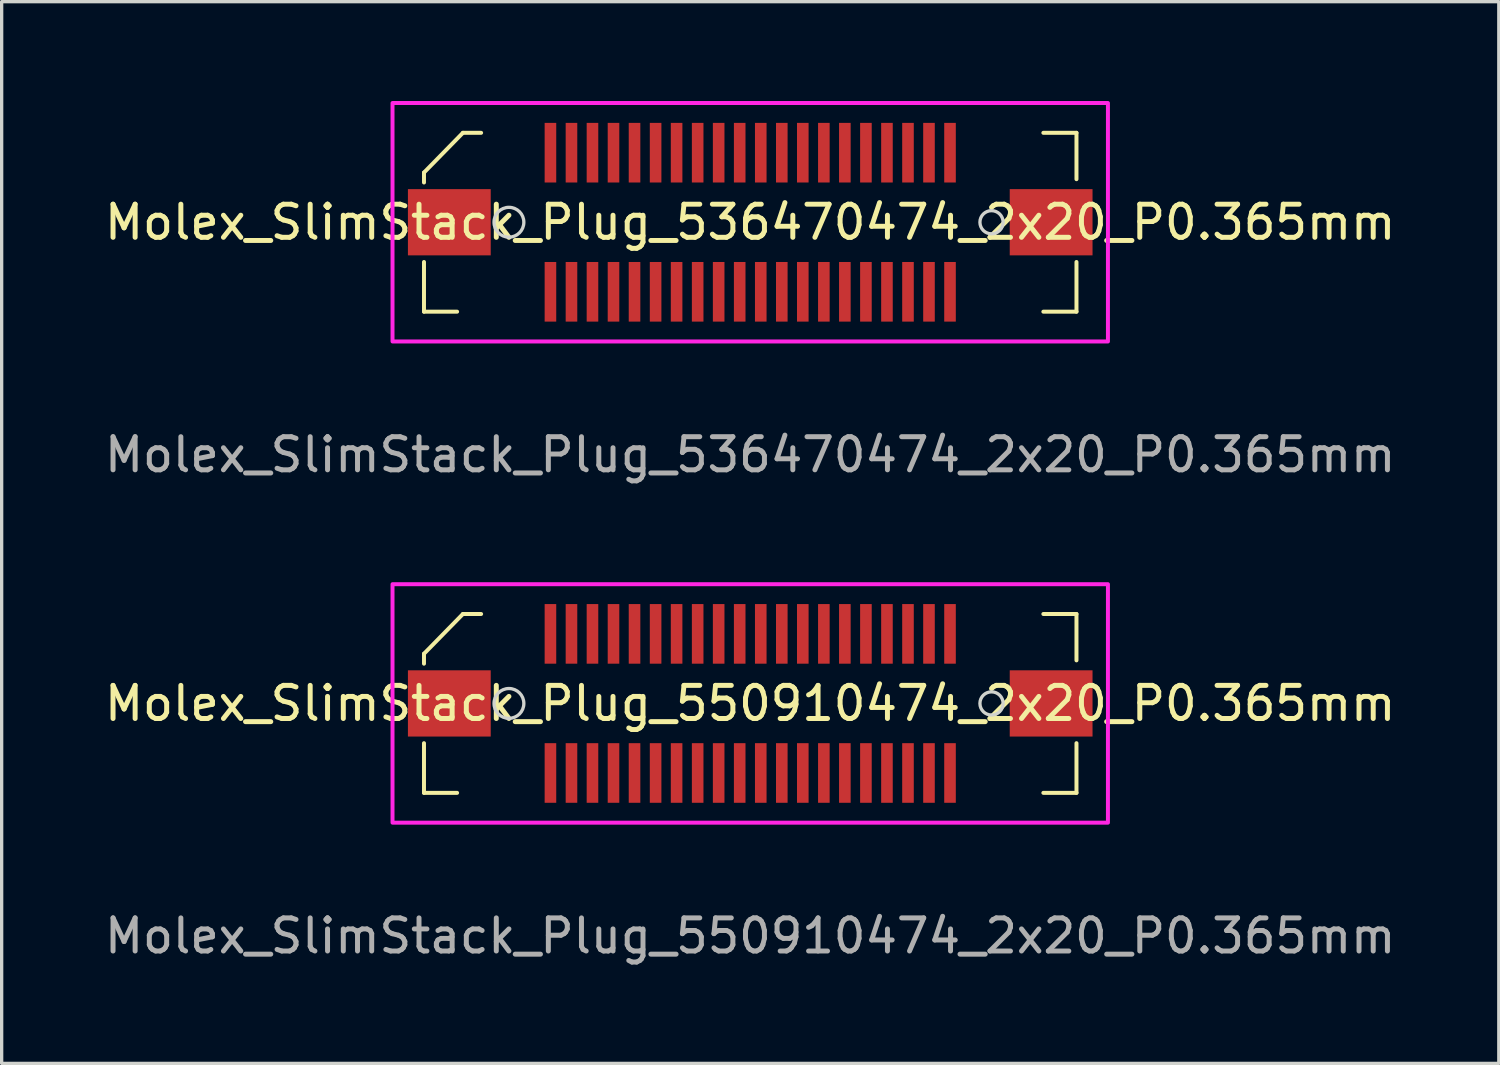
<source format=kicad_pcb>
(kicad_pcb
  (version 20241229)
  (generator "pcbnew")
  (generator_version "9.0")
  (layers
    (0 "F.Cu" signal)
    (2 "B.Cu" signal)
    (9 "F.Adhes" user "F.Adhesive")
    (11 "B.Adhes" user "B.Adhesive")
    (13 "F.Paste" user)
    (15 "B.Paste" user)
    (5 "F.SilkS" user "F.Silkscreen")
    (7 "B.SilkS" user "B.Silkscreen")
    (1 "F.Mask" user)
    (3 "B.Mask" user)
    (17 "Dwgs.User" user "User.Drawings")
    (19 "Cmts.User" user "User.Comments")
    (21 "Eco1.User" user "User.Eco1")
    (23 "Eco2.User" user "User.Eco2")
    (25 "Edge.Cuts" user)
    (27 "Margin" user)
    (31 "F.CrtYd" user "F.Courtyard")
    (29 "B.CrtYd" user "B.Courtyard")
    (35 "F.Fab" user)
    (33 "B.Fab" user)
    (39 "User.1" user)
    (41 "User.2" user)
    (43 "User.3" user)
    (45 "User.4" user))
  (footprint "Molex_SlimStack_Plug_550910474_2x20_P0.365mm"
    (layer "F.Cu")
    (at 19.601 18.188)
    (property "Reference" "Molex_SlimStack_Plug_550910474_2x20_P0.365mm" (at 0 0 0) (unlocked yes) (layer "F.SilkS") (effects (font (size 1 1) (thickness 0.15))))
    (attr smd)
    (fp_line (start -9.85 -1.5) (end -9.85 -1.2) (stroke (width 0.12) (type solid)) (layer "F.SilkS"))
    (fp_line (start -9.85 -1.5) (end -8.675 -2.7) (stroke (width 0.12) (type solid)) (layer "F.SilkS"))
    (fp_line (start -9.85 1.2) (end -9.85 2.7) (stroke (width 0.12) (type solid)) (layer "F.SilkS"))
    (fp_line (start -9.85 2.7) (end -8.85 2.7) (stroke (width 0.12) (type solid)) (layer "F.SilkS"))
    (fp_line (start -8.675 -2.7) (end -8.125 -2.7) (stroke (width 0.12) (type solid)) (layer "F.SilkS"))
    (fp_line (start 9.85 -2.7) (end 8.85 -2.7) (stroke (width 0.12) (type solid)) (layer "F.SilkS"))
    (fp_line (start 9.85 -2.7) (end 9.85 -1.3) (stroke (width 0.12) (type solid)) (layer "F.SilkS"))
    (fp_line (start 9.85 1.2) (end 9.85 2.7) (stroke (width 0.12) (type solid)) (layer "F.SilkS"))
    (fp_line (start 9.85 2.7) (end 8.85 2.7) (stroke (width 0.12) (type solid)) (layer "F.SilkS"))
    (fp_circle (center -7.285 0) (end -6.835 0) (stroke (width 0.1) (type solid)) (fill no) (layer "Edge.Cuts"))
    (fp_circle (center 7.285 0) (end 7.635 0) (stroke (width 0.1) (type solid)) (fill no) (layer "Edge.Cuts"))
    (fp_rect (start 10.8 -3.6) (end -10.8 3.6) (stroke (width 0.12) (type solid)) (fill no) (layer "F.CrtYd"))
    (fp_text user "${REFERENCE}" (at 0 7.02 0) (layer "F.Fab") (effects (font (size 1 1) (thickness 0.15))))
    (pad "1" smd rect (at -6.032 -2.1) (size 0.35 1.8) (layers "F.Cu" "F.Mask" "F.Paste"))
    (pad "2" smd rect (at -5.397 -2.1) (size 0.35 1.8) (layers "F.Cu" "F.Mask" "F.Paste"))
    (pad "3" smd rect (at -4.763 -2.1) (size 0.35 1.8) (layers "F.Cu" "F.Mask" "F.Paste"))
    (pad "4" smd rect (at -4.128 -2.1) (size 0.35 1.8) (layers "F.Cu" "F.Mask" "F.Paste"))
    (pad "5" smd rect (at -3.493 -2.1) (size 0.35 1.8) (layers "F.Cu" "F.Mask" "F.Paste"))
    (pad "6" smd rect (at -2.857 -2.1) (size 0.35 1.8) (layers "F.Cu" "F.Mask" "F.Paste"))
    (pad "7" smd rect (at -2.223 -2.1) (size 0.35 1.8) (layers "F.Cu" "F.Mask" "F.Paste"))
    (pad "8" smd rect (at -1.587 -2.1) (size 0.35 1.8) (layers "F.Cu" "F.Mask" "F.Paste"))
    (pad "9" smd rect (at -0.953 -2.1) (size 0.35 1.8) (layers "F.Cu" "F.Mask" "F.Paste"))
    (pad "10" smd rect (at -0.318 -2.1) (size 0.35 1.8) (layers "F.Cu" "F.Mask" "F.Paste"))
    (pad "11" smd rect (at 0.318 -2.1) (size 0.35 1.8) (layers "F.Cu" "F.Mask" "F.Paste"))
    (pad "12" smd rect (at 0.953 -2.1) (size 0.35 1.8) (layers "F.Cu" "F.Mask" "F.Paste"))
    (pad "13" smd rect (at 1.587 -2.1) (size 0.35 1.8) (layers "F.Cu" "F.Mask" "F.Paste"))
    (pad "14" smd rect (at 2.223 -2.1) (size 0.35 1.8) (layers "F.Cu" "F.Mask" "F.Paste"))
    (pad "15" smd rect (at 2.857 -2.1) (size 0.35 1.8) (layers "F.Cu" "F.Mask" "F.Paste"))
    (pad "16" smd rect (at 3.493 -2.1) (size 0.35 1.8) (layers "F.Cu" "F.Mask" "F.Paste"))
    (pad "17" smd rect (at 4.128 -2.1) (size 0.35 1.8) (layers "F.Cu" "F.Mask" "F.Paste"))
    (pad "18" smd rect (at 4.763 -2.1) (size 0.35 1.8) (layers "F.Cu" "F.Mask" "F.Paste"))
    (pad "19" smd rect (at 5.397 -2.1) (size 0.35 1.8) (layers "F.Cu" "F.Mask" "F.Paste"))
    (pad "20" smd rect (at 6.032 -2.1) (size 0.35 1.8) (layers "F.Cu" "F.Mask" "F.Paste"))
    (pad "21" smd rect (at 6.032 2.1) (size 0.35 1.8) (layers "F.Cu" "F.Mask" "F.Paste"))
    (pad "22" smd rect (at 5.397 2.1) (size 0.35 1.8) (layers "F.Cu" "F.Mask" "F.Paste"))
    (pad "23" smd rect (at 4.763 2.1) (size 0.35 1.8) (layers "F.Cu" "F.Mask" "F.Paste"))
    (pad "24" smd rect (at 4.128 2.1) (size 0.35 1.8) (layers "F.Cu" "F.Mask" "F.Paste"))
    (pad "25" smd rect (at 3.493 2.1) (size 0.35 1.8) (layers "F.Cu" "F.Mask" "F.Paste"))
    (pad "26" smd rect (at 2.857 2.1) (size 0.35 1.8) (layers "F.Cu" "F.Mask" "F.Paste"))
    (pad "27" smd rect (at 2.223 2.1) (size 0.35 1.8) (layers "F.Cu" "F.Mask" "F.Paste"))
    (pad "28" smd rect (at 1.587 2.1) (size 0.35 1.8) (layers "F.Cu" "F.Mask" "F.Paste"))
    (pad "29" smd rect (at 0.953 2.1) (size 0.35 1.8) (layers "F.Cu" "F.Mask" "F.Paste"))
    (pad "30" smd rect (at 0.318 2.1) (size 0.35 1.8) (layers "F.Cu" "F.Mask" "F.Paste"))
    (pad "31" smd rect (at -0.318 2.1) (size 0.35 1.8) (layers "F.Cu" "F.Mask" "F.Paste"))
    (pad "32" smd rect (at -0.953 2.1) (size 0.35 1.8) (layers "F.Cu" "F.Mask" "F.Paste"))
    (pad "33" smd rect (at -1.587 2.1) (size 0.35 1.8) (layers "F.Cu" "F.Mask" "F.Paste"))
    (pad "34" smd rect (at -2.223 2.1) (size 0.35 1.8) (layers "F.Cu" "F.Mask" "F.Paste"))
    (pad "35" smd rect (at -2.857 2.1) (size 0.35 1.8) (layers "F.Cu" "F.Mask" "F.Paste"))
    (pad "36" smd rect (at -3.493 2.1) (size 0.35 1.8) (layers "F.Cu" "F.Mask" "F.Paste"))
    (pad "37" smd rect (at -4.128 2.1) (size 0.35 1.8) (layers "F.Cu" "F.Mask" "F.Paste"))
    (pad "38" smd rect (at -4.763 2.1) (size 0.35 1.8) (layers "F.Cu" "F.Mask" "F.Paste"))
    (pad "39" smd rect (at -5.397 2.1) (size 0.35 1.8) (layers "F.Cu" "F.Mask" "F.Paste"))
    (pad "40" smd rect (at -6.032 2.1) (size 0.35 1.8) (layers "F.Cu" "F.Mask" "F.Paste"))
    (pad "GND" smd rect (at -9.085 0) (size 2.5 2) (layers "F.Cu" "F.Mask" "F.Paste"))
    (pad "GND" smd rect (at 9.085 0) (size 2.5 2) (layers "F.Cu" "F.Mask" "F.Paste")))
  (footprint "Molex_SlimStack_Plug_536470474_2x20_P0.365mm"
    (layer "F.Cu")
    (at 19.601 3.66)
    (property "Reference" "Molex_SlimStack_Plug_536470474_2x20_P0.365mm" (at 0 0 0) (unlocked yes) (layer "F.SilkS") (effects (font (size 1 1) (thickness 0.15))))
    (attr smd)
    (fp_line (start -9.85 -1.5) (end -9.85 -1.2) (stroke (width 0.12) (type solid)) (layer "F.SilkS"))
    (fp_line (start -9.85 -1.5) (end -8.675 -2.7) (stroke (width 0.12) (type solid)) (layer "F.SilkS"))
    (fp_line (start -9.85 1.2) (end -9.85 2.7) (stroke (width 0.12) (type solid)) (layer "F.SilkS"))
    (fp_line (start -9.85 2.7) (end -8.85 2.7) (stroke (width 0.12) (type solid)) (layer "F.SilkS"))
    (fp_line (start -8.675 -2.7) (end -8.125 -2.7) (stroke (width 0.12) (type solid)) (layer "F.SilkS"))
    (fp_line (start 9.85 -2.7) (end 8.85 -2.7) (stroke (width 0.12) (type solid)) (layer "F.SilkS"))
    (fp_line (start 9.85 -2.7) (end 9.85 -1.3) (stroke (width 0.12) (type solid)) (layer "F.SilkS"))
    (fp_line (start 9.85 1.2) (end 9.85 2.7) (stroke (width 0.12) (type solid)) (layer "F.SilkS"))
    (fp_line (start 9.85 2.7) (end 8.85 2.7) (stroke (width 0.12) (type solid)) (layer "F.SilkS"))
    (fp_circle (center -7.285 0) (end -6.835 0) (stroke (width 0.1) (type solid)) (fill no) (layer "Edge.Cuts"))
    (fp_circle (center 7.285 0) (end 7.635 0) (stroke (width 0.1) (type solid)) (fill no) (layer "Edge.Cuts"))
    (fp_rect (start 10.8 -3.6) (end -10.8 3.6) (stroke (width 0.12) (type solid)) (fill no) (layer "F.CrtYd"))
    (fp_text user "${REFERENCE}" (at 0 7.02 0) (layer "F.Fab") (effects (font (size 1 1) (thickness 0.15))))
    (pad "1" smd rect (at -6.032 -2.1) (size 0.35 1.8) (layers "F.Cu" "F.Mask" "F.Paste"))
    (pad "2" smd rect (at -5.397 -2.1) (size 0.35 1.8) (layers "F.Cu" "F.Mask" "F.Paste"))
    (pad "3" smd rect (at -4.763 -2.1) (size 0.35 1.8) (layers "F.Cu" "F.Mask" "F.Paste"))
    (pad "4" smd rect (at -4.128 -2.1) (size 0.35 1.8) (layers "F.Cu" "F.Mask" "F.Paste"))
    (pad "5" smd rect (at -3.493 -2.1) (size 0.35 1.8) (layers "F.Cu" "F.Mask" "F.Paste"))
    (pad "6" smd rect (at -2.857 -2.1) (size 0.35 1.8) (layers "F.Cu" "F.Mask" "F.Paste"))
    (pad "7" smd rect (at -2.223 -2.1) (size 0.35 1.8) (layers "F.Cu" "F.Mask" "F.Paste"))
    (pad "8" smd rect (at -1.587 -2.1) (size 0.35 1.8) (layers "F.Cu" "F.Mask" "F.Paste"))
    (pad "9" smd rect (at -0.953 -2.1) (size 0.35 1.8) (layers "F.Cu" "F.Mask" "F.Paste"))
    (pad "10" smd rect (at -0.318 -2.1) (size 0.35 1.8) (layers "F.Cu" "F.Mask" "F.Paste"))
    (pad "11" smd rect (at 0.318 -2.1) (size 0.35 1.8) (layers "F.Cu" "F.Mask" "F.Paste"))
    (pad "12" smd rect (at 0.953 -2.1) (size 0.35 1.8) (layers "F.Cu" "F.Mask" "F.Paste"))
    (pad "13" smd rect (at 1.587 -2.1) (size 0.35 1.8) (layers "F.Cu" "F.Mask" "F.Paste"))
    (pad "14" smd rect (at 2.223 -2.1) (size 0.35 1.8) (layers "F.Cu" "F.Mask" "F.Paste"))
    (pad "15" smd rect (at 2.857 -2.1) (size 0.35 1.8) (layers "F.Cu" "F.Mask" "F.Paste"))
    (pad "16" smd rect (at 3.493 -2.1) (size 0.35 1.8) (layers "F.Cu" "F.Mask" "F.Paste"))
    (pad "17" smd rect (at 4.128 -2.1) (size 0.35 1.8) (layers "F.Cu" "F.Mask" "F.Paste"))
    (pad "18" smd rect (at 4.763 -2.1) (size 0.35 1.8) (layers "F.Cu" "F.Mask" "F.Paste"))
    (pad "19" smd rect (at 5.397 -2.1) (size 0.35 1.8) (layers "F.Cu" "F.Mask" "F.Paste"))
    (pad "20" smd rect (at 6.032 -2.1) (size 0.35 1.8) (layers "F.Cu" "F.Mask" "F.Paste"))
    (pad "21" smd rect (at 6.032 2.1) (size 0.35 1.8) (layers "F.Cu" "F.Mask" "F.Paste"))
    (pad "22" smd rect (at 5.397 2.1) (size 0.35 1.8) (layers "F.Cu" "F.Mask" "F.Paste"))
    (pad "23" smd rect (at 4.763 2.1) (size 0.35 1.8) (layers "F.Cu" "F.Mask" "F.Paste"))
    (pad "24" smd rect (at 4.128 2.1) (size 0.35 1.8) (layers "F.Cu" "F.Mask" "F.Paste"))
    (pad "25" smd rect (at 3.493 2.1) (size 0.35 1.8) (layers "F.Cu" "F.Mask" "F.Paste"))
    (pad "26" smd rect (at 2.857 2.1) (size 0.35 1.8) (layers "F.Cu" "F.Mask" "F.Paste"))
    (pad "27" smd rect (at 2.223 2.1) (size 0.35 1.8) (layers "F.Cu" "F.Mask" "F.Paste"))
    (pad "28" smd rect (at 1.587 2.1) (size 0.35 1.8) (layers "F.Cu" "F.Mask" "F.Paste"))
    (pad "29" smd rect (at 0.953 2.1) (size 0.35 1.8) (layers "F.Cu" "F.Mask" "F.Paste"))
    (pad "30" smd rect (at 0.318 2.1) (size 0.35 1.8) (layers "F.Cu" "F.Mask" "F.Paste"))
    (pad "31" smd rect (at -0.318 2.1) (size 0.35 1.8) (layers "F.Cu" "F.Mask" "F.Paste"))
    (pad "32" smd rect (at -0.953 2.1) (size 0.35 1.8) (layers "F.Cu" "F.Mask" "F.Paste"))
    (pad "33" smd rect (at -1.587 2.1) (size 0.35 1.8) (layers "F.Cu" "F.Mask" "F.Paste"))
    (pad "34" smd rect (at -2.223 2.1) (size 0.35 1.8) (layers "F.Cu" "F.Mask" "F.Paste"))
    (pad "35" smd rect (at -2.857 2.1) (size 0.35 1.8) (layers "F.Cu" "F.Mask" "F.Paste"))
    (pad "36" smd rect (at -3.493 2.1) (size 0.35 1.8) (layers "F.Cu" "F.Mask" "F.Paste"))
    (pad "37" smd rect (at -4.128 2.1) (size 0.35 1.8) (layers "F.Cu" "F.Mask" "F.Paste"))
    (pad "38" smd rect (at -4.763 2.1) (size 0.35 1.8) (layers "F.Cu" "F.Mask" "F.Paste"))
    (pad "39" smd rect (at -5.397 2.1) (size 0.35 1.8) (layers "F.Cu" "F.Mask" "F.Paste"))
    (pad "40" smd rect (at -6.032 2.1) (size 0.35 1.8) (layers "F.Cu" "F.Mask" "F.Paste"))
    (pad "GND" smd rect (at -9.085 0) (size 2.5 2) (layers "F.Cu" "F.Mask" "F.Paste"))
    (pad "GND" smd rect (at 9.085 0) (size 2.5 2) (layers "F.Cu" "F.Mask" "F.Paste")))
  (gr_rect
    (start -3 -3)
    (end 42.202 29.056)
    (stroke (width 0.1) (type default))
    (fill no)
    (layer "Edge.Cuts")))
</source>
